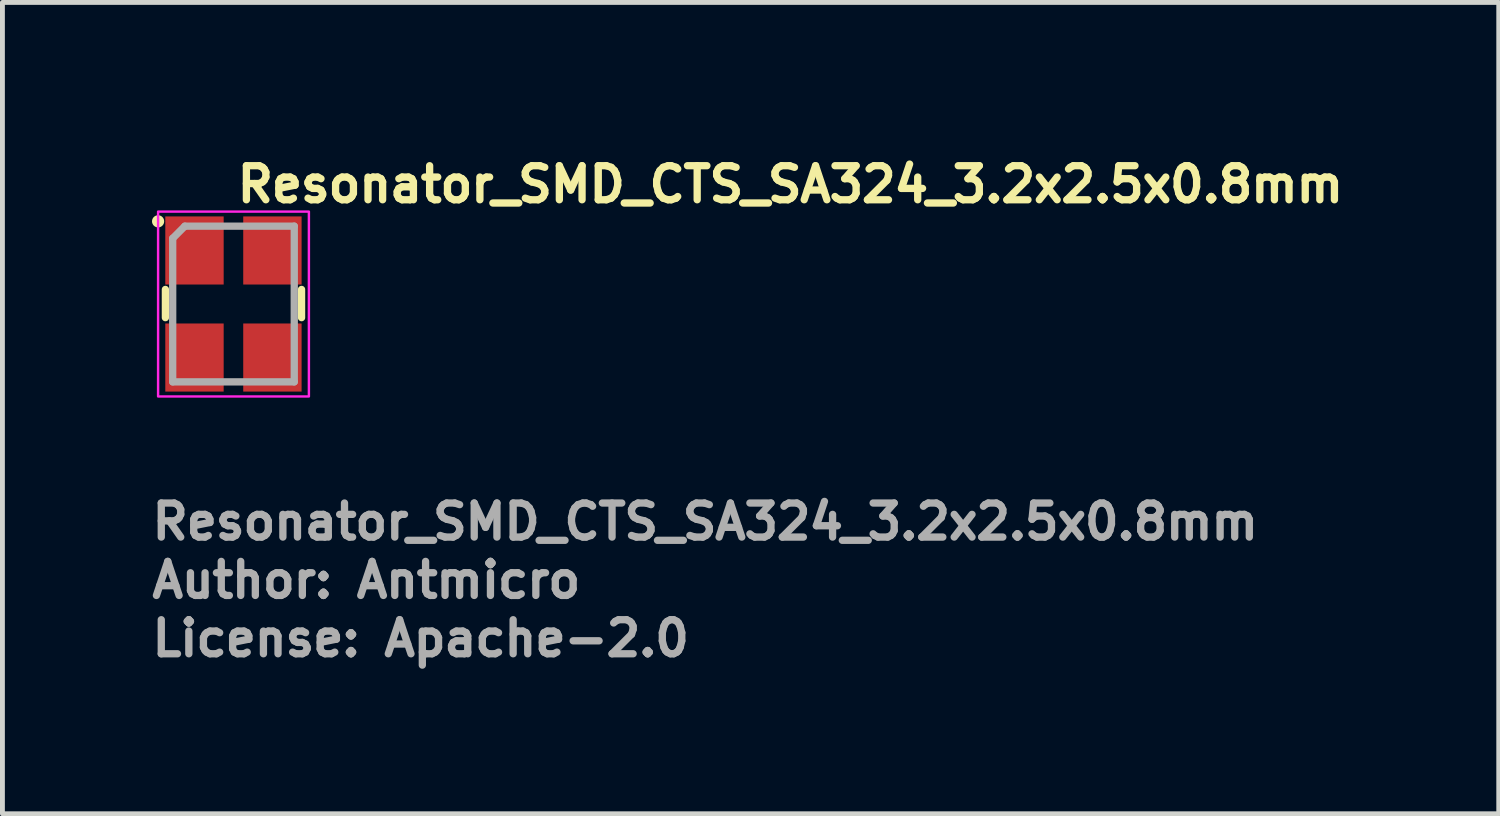
<source format=kicad_pcb>
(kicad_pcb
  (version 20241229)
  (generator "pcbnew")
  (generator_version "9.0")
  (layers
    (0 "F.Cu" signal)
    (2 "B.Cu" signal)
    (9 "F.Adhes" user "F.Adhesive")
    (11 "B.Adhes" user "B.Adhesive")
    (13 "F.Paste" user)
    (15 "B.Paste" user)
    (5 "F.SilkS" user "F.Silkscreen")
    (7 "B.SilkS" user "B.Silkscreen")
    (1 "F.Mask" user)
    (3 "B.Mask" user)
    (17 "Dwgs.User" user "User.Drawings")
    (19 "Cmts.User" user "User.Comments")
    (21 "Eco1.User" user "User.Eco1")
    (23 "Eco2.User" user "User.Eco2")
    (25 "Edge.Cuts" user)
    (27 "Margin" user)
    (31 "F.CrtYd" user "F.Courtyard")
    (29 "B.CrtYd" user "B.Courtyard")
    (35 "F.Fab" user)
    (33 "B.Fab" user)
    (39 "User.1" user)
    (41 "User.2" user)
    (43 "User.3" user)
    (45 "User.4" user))
  (footprint "Resonator_SMD_CTS_SA324_3.2x2.5x0.8mm"
    (layer "F.Cu")
    (at 1.75 3.2)
    (property "Reference" "Resonator_SMD_CTS_SA324_3.2x2.5x0.8mm" (at 0 -2.05 0) (layer "F.SilkS") (effects (font (size 0.7 0.7) (thickness 0.15)) (justify left bottom)))
    (attr smd)
    (fp_line (start -1.4 -0.3) (end -1.4 0.28) (stroke (width 0.15) (type solid)) (layer "F.SilkS"))
    (fp_line (start 1.399 -0.3) (end 1.399 0.28) (stroke (width 0.15) (type solid)) (layer "F.SilkS"))
    (fp_circle (center -1.55 -1.7) (end -1.5 -1.7) (stroke (width 0.15) (type solid)) (fill yes) (layer "F.SilkS"))
    (fp_rect (start -1.55 -1.9) (end 1.55 1.9) (stroke (width 0.05) (type solid)) (fill no) (layer "F.CrtYd"))
    (fp_line (start -1.25 -1.35) (end -1.25 1.6) (stroke (width 0.15) (type solid)) (layer "F.Fab"))
    (fp_line (start -1.25 -1.35) (end -1 -1.601) (stroke (width 0.15) (type solid)) (layer "F.Fab"))
    (fp_line (start -1 -1.601) (end 1.249 -1.601) (stroke (width 0.15) (type solid)) (layer "F.Fab"))
    (fp_line (start 1.249 -1.601) (end 1.249 1.6) (stroke (width 0.15) (type solid)) (layer "F.Fab"))
    (fp_line (start 1.249 1.6) (end -1.25 1.6) (stroke (width 0.15) (type solid)) (layer "F.Fab"))
    (fp_rect (start -1.25 -1.601) (end 1.249 1.6) (stroke (width 0.1) (type solid)) (fill no) (layer "User.5"))
    (fp_line (start -1.25 -1.414) (end -1.25 1.411) (stroke (width 0.02) (type solid)) (layer "User.9"))
    (fp_line (start -1.25 -1.414) (end -1.242 -1.414) (stroke (width 0.02) (type solid)) (layer "User.9"))
    (fp_line (start -1.25 1.411) (end -1.242 1.411) (stroke (width 0.02) (type solid)) (layer "User.9"))
    (fp_line (start -1.242 -1.414) (end -1.232 -1.414) (stroke (width 0.02) (type solid)) (layer "User.9"))
    (fp_line (start -1.242 1.411) (end -1.232 1.413) (stroke (width 0.02) (type solid)) (layer "User.9"))
    (fp_line (start -1.232 -1.414) (end -1.224 -1.416) (stroke (width 0.02) (type solid)) (layer "User.9"))
    (fp_line (start -1.232 1.413) (end -1.224 1.413) (stroke (width 0.02) (type solid)) (layer "User.9"))
    (fp_line (start -1.224 -1.416) (end -1.214 -1.418) (stroke (width 0.02) (type solid)) (layer "User.9"))
    (fp_line (start -1.224 1.413) (end -1.214 1.415) (stroke (width 0.02) (type solid)) (layer "User.9"))
    (fp_line (start -1.214 -1.418) (end -1.206 -1.42) (stroke (width 0.02) (type solid)) (layer "User.9"))
    (fp_line (start -1.214 1.415) (end -1.206 1.417) (stroke (width 0.02) (type solid)) (layer "User.9"))
    (fp_line (start -1.206 -1.42) (end -1.196 -1.422) (stroke (width 0.02) (type solid)) (layer "User.9"))
    (fp_line (start -1.206 1.417) (end -1.196 1.419) (stroke (width 0.02) (type solid)) (layer "User.9"))
    (fp_line (start -1.196 -1.422) (end -1.188 -1.424) (stroke (width 0.02) (type solid)) (layer "User.9"))
    (fp_line (start -1.196 1.419) (end -1.188 1.423) (stroke (width 0.02) (type solid)) (layer "User.9"))
    (fp_line (start -1.188 -1.424) (end -1.18 -1.428) (stroke (width 0.02) (type solid)) (layer "User.9"))
    (fp_line (start -1.188 1.423) (end -1.18 1.425) (stroke (width 0.02) (type solid)) (layer "User.9"))
    (fp_line (start -1.18 -1.428) (end -1.17 -1.432) (stroke (width 0.02) (type solid)) (layer "User.9"))
    (fp_line (start -1.18 1.425) (end -1.17 1.429) (stroke (width 0.02) (type solid)) (layer "User.9"))
    (fp_line (start -1.17 -1.432) (end -1.162 -1.436) (stroke (width 0.02) (type solid)) (layer "User.9"))
    (fp_line (start -1.17 1.429) (end -1.162 1.433) (stroke (width 0.02) (type solid)) (layer "User.9"))
    (fp_line (start -1.162 -1.436) (end -1.154 -1.44) (stroke (width 0.02) (type solid)) (layer "User.9"))
    (fp_line (start -1.162 1.433) (end -1.154 1.439) (stroke (width 0.02) (type solid)) (layer "User.9"))
    (fp_line (start -1.154 -1.44) (end -1.147 -1.446) (stroke (width 0.02) (type solid)) (layer "User.9"))
    (fp_line (start -1.154 1.439) (end -1.147 1.443) (stroke (width 0.02) (type solid)) (layer "User.9"))
    (fp_line (start -1.147 -1.446) (end -1.139 -1.45) (stroke (width 0.02) (type solid)) (layer "User.9"))
    (fp_line (start -1.147 1.443) (end -1.139 1.449) (stroke (width 0.02) (type solid)) (layer "User.9"))
    (fp_line (start -1.139 -1.45) (end -1.133 -1.456) (stroke (width 0.02) (type solid)) (layer "User.9"))
    (fp_line (start -1.139 1.449) (end -1.133 1.453) (stroke (width 0.02) (type solid)) (layer "User.9"))
    (fp_line (start -1.133 -1.456) (end -1.125 -1.462) (stroke (width 0.02) (type solid)) (layer "User.9"))
    (fp_line (start -1.133 1.453) (end -1.125 1.461) (stroke (width 0.02) (type solid)) (layer "User.9"))
    (fp_line (start -1.125 -1.462) (end -1.119 -1.468) (stroke (width 0.02) (type solid)) (layer "User.9"))
    (fp_line (start -1.125 -1.307) (end -1.123 -1.317) (stroke (width 0.02) (type solid)) (layer "User.9"))
    (fp_line (start -1.125 -1.297) (end -1.125 -1.307) (stroke (width 0.02) (type solid)) (layer "User.9"))
    (fp_line (start -1.125 -1.289) (end -1.125 -1.297) (stroke (width 0.02) (type solid)) (layer "User.9"))
    (fp_line (start -1.125 1.286) (end -1.125 -1.289) (stroke (width 0.02) (type solid)) (layer "User.9"))
    (fp_line (start -1.125 1.296) (end -1.125 1.286) (stroke (width 0.02) (type solid)) (layer "User.9"))
    (fp_line (start -1.125 1.306) (end -1.125 1.296) (stroke (width 0.02) (type solid)) (layer "User.9"))
    (fp_line (start -1.125 1.461) (end -1.119 1.467) (stroke (width 0.02) (type solid)) (layer "User.9"))
    (fp_line (start -1.123 -1.325) (end -1.121 -1.335) (stroke (width 0.02) (type solid)) (layer "User.9"))
    (fp_line (start -1.123 -1.317) (end -1.123 -1.325) (stroke (width 0.02) (type solid)) (layer "User.9"))
    (fp_line (start -1.123 1.314) (end -1.125 1.306) (stroke (width 0.02) (type solid)) (layer "User.9"))
    (fp_line (start -1.123 1.324) (end -1.123 1.314) (stroke (width 0.02) (type solid)) (layer "User.9"))
    (fp_line (start -1.121 -1.335) (end -1.117 -1.343) (stroke (width 0.02) (type solid)) (layer "User.9"))
    (fp_line (start -1.121 1.332) (end -1.123 1.324) (stroke (width 0.02) (type solid)) (layer "User.9"))
    (fp_line (start -1.119 -1.468) (end -1.119 -1.468) (stroke (width 0.02) (type solid)) (layer "User.9"))
    (fp_line (start -1.119 -1.468) (end -1.113 -1.476) (stroke (width 0.02) (type solid)) (layer "User.9"))
    (fp_line (start -1.119 1.467) (end -1.119 1.467) (stroke (width 0.02) (type solid)) (layer "User.9"))
    (fp_line (start -1.119 1.467) (end -1.113 1.473) (stroke (width 0.02) (type solid)) (layer "User.9"))
    (fp_line (start -1.117 -1.343) (end -1.115 -1.351) (stroke (width 0.02) (type solid)) (layer "User.9"))
    (fp_line (start -1.117 1.342) (end -1.121 1.332) (stroke (width 0.02) (type solid)) (layer "User.9"))
    (fp_line (start -1.115 -1.351) (end -1.111 -1.361) (stroke (width 0.02) (type solid)) (layer "User.9"))
    (fp_line (start -1.115 1.35) (end -1.117 1.342) (stroke (width 0.02) (type solid)) (layer "User.9"))
    (fp_line (start -1.113 -1.476) (end -1.105 -1.482) (stroke (width 0.02) (type solid)) (layer "User.9"))
    (fp_line (start -1.113 1.473) (end -1.105 1.481) (stroke (width 0.02) (type solid)) (layer "User.9"))
    (fp_line (start -1.111 -1.361) (end -1.109 -1.369) (stroke (width 0.02) (type solid)) (layer "User.9"))
    (fp_line (start -1.111 1.358) (end -1.115 1.35) (stroke (width 0.02) (type solid)) (layer "User.9"))
    (fp_line (start -1.109 -1.369) (end -1.103 -1.377) (stroke (width 0.02) (type solid)) (layer "User.9"))
    (fp_line (start -1.109 1.366) (end -1.111 1.358) (stroke (width 0.02) (type solid)) (layer "User.9"))
    (fp_line (start -1.105 -1.482) (end -1.101 -1.49) (stroke (width 0.02) (type solid)) (layer "User.9"))
    (fp_line (start -1.105 1.481) (end -1.101 1.487) (stroke (width 0.02) (type solid)) (layer "User.9"))
    (fp_line (start -1.103 -1.377) (end -1.099 -1.385) (stroke (width 0.02) (type solid)) (layer "User.9"))
    (fp_line (start -1.103 1.374) (end -1.109 1.366) (stroke (width 0.02) (type solid)) (layer "User.9"))
    (fp_line (start -1.101 -1.49) (end -1.095 -1.496) (stroke (width 0.02) (type solid)) (layer "User.9"))
    (fp_line (start -1.101 1.487) (end -1.095 1.495) (stroke (width 0.02) (type solid)) (layer "User.9"))
    (fp_line (start -1.099 -1.385) (end -1.095 -1.393) (stroke (width 0.02) (type solid)) (layer "User.9"))
    (fp_line (start -1.099 1.382) (end -1.103 1.374) (stroke (width 0.02) (type solid)) (layer "User.9"))
    (fp_line (start -1.095 -1.496) (end -1.091 -1.504) (stroke (width 0.02) (type solid)) (layer "User.9"))
    (fp_line (start -1.095 -1.393) (end -1.089 -1.401) (stroke (width 0.02) (type solid)) (layer "User.9"))
    (fp_line (start -1.095 1.39) (end -1.099 1.382) (stroke (width 0.02) (type solid)) (layer "User.9"))
    (fp_line (start -1.095 1.495) (end -1.091 1.503) (stroke (width 0.02) (type solid)) (layer "User.9"))
    (fp_line (start -1.091 -1.504) (end -1.085 -1.512) (stroke (width 0.02) (type solid)) (layer "User.9"))
    (fp_line (start -1.091 1.503) (end -1.085 1.511) (stroke (width 0.02) (type solid)) (layer "User.9"))
    (fp_line (start -1.089 -1.401) (end -1.083 -1.407) (stroke (width 0.02) (type solid)) (layer "User.9"))
    (fp_line (start -1.089 1.398) (end -1.095 1.39) (stroke (width 0.02) (type solid)) (layer "User.9"))
    (fp_line (start -1.085 -1.512) (end -1.081 -1.52) (stroke (width 0.02) (type solid)) (layer "User.9"))
    (fp_line (start -1.085 1.511) (end -1.081 1.519) (stroke (width 0.02) (type solid)) (layer "User.9"))
    (fp_line (start -1.083 -1.407) (end -1.077 -1.414) (stroke (width 0.02) (type solid)) (layer "User.9"))
    (fp_line (start -1.083 1.406) (end -1.089 1.398) (stroke (width 0.02) (type solid)) (layer "User.9"))
    (fp_line (start -1.081 -1.52) (end -1.077 -1.53) (stroke (width 0.02) (type solid)) (layer "User.9"))
    (fp_line (start -1.081 1.519) (end -1.077 1.527) (stroke (width 0.02) (type solid)) (layer "User.9"))
    (fp_line (start -1.077 -1.53) (end -1.075 -1.537) (stroke (width 0.02) (type solid)) (layer "User.9"))
    (fp_line (start -1.077 -1.414) (end -1.071 -1.422) (stroke (width 0.02) (type solid)) (layer "User.9"))
    (fp_line (start -1.077 1.413) (end -1.083 1.406) (stroke (width 0.02) (type solid)) (layer "User.9"))
    (fp_line (start -1.077 1.527) (end -1.075 1.536) (stroke (width 0.02) (type solid)) (layer "User.9"))
    (fp_line (start -1.075 -1.537) (end -1.071 -1.547) (stroke (width 0.02) (type solid)) (layer "User.9"))
    (fp_line (start -1.075 1.536) (end -1.071 1.544) (stroke (width 0.02) (type solid)) (layer "User.9"))
    (fp_line (start -1.071 -1.547) (end -1.069 -1.555) (stroke (width 0.02) (type solid)) (layer "User.9"))
    (fp_line (start -1.071 -1.422) (end -1.071 -1.422) (stroke (width 0.02) (type solid)) (layer "User.9"))
    (fp_line (start -1.071 -1.422) (end -1.065 -1.428) (stroke (width 0.02) (type solid)) (layer "User.9"))
    (fp_line (start -1.071 1.419) (end -1.077 1.413) (stroke (width 0.02) (type solid)) (layer "User.9"))
    (fp_line (start -1.071 1.419) (end -1.071 1.419) (stroke (width 0.02) (type solid)) (layer "User.9"))
    (fp_line (start -1.071 1.544) (end -1.069 1.554) (stroke (width 0.02) (type solid)) (layer "User.9"))
    (fp_line (start -1.069 -1.555) (end -1.067 -1.565) (stroke (width 0.02) (type solid)) (layer "User.9"))
    (fp_line (start -1.069 1.554) (end -1.067 1.562) (stroke (width 0.02) (type solid)) (layer "User.9"))
    (fp_line (start -1.067 -1.565) (end -1.065 -1.573) (stroke (width 0.02) (type solid)) (layer "User.9"))
    (fp_line (start -1.067 1.562) (end -1.065 1.572) (stroke (width 0.02) (type solid)) (layer "User.9"))
    (fp_line (start -1.065 -1.583) (end -1.063 -1.591) (stroke (width 0.02) (type solid)) (layer "User.9"))
    (fp_line (start -1.065 -1.573) (end -1.065 -1.583) (stroke (width 0.02) (type solid)) (layer "User.9"))
    (fp_line (start -1.065 -1.428) (end -1.057 -1.434) (stroke (width 0.02) (type solid)) (layer "User.9"))
    (fp_line (start -1.065 1.425) (end -1.071 1.419) (stroke (width 0.02) (type solid)) (layer "User.9"))
    (fp_line (start -1.065 1.572) (end -1.065 1.58) (stroke (width 0.02) (type solid)) (layer "User.9"))
    (fp_line (start -1.065 1.58) (end -1.063 1.59) (stroke (width 0.02) (type solid)) (layer "User.9"))
    (fp_line (start -1.063 -1.591) (end -1.063 -1.601) (stroke (width 0.02) (type solid)) (layer "User.9"))
    (fp_line (start -1.063 -1.307) (end -1.061 -1.313) (stroke (width 0.02) (type solid)) (layer "User.9"))
    (fp_line (start -1.063 -1.301) (end -1.063 -1.307) (stroke (width 0.02) (type solid)) (layer "User.9"))
    (fp_line (start -1.063 -1.295) (end -1.063 -1.301) (stroke (width 0.02) (type solid)) (layer "User.9"))
    (fp_line (start -1.063 -1.289) (end -1.063 -1.295) (stroke (width 0.02) (type solid)) (layer "User.9"))
    (fp_line (start -1.063 1.286) (end -1.063 -1.289) (stroke (width 0.02) (type solid)) (layer "User.9"))
    (fp_line (start -1.063 1.292) (end -1.063 1.286) (stroke (width 0.02) (type solid)) (layer "User.9"))
    (fp_line (start -1.063 1.298) (end -1.063 1.292) (stroke (width 0.02) (type solid)) (layer "User.9"))
    (fp_line (start -1.063 1.304) (end -1.063 1.298) (stroke (width 0.02) (type solid)) (layer "User.9"))
    (fp_line (start -1.063 1.59) (end -1.063 1.6) (stroke (width 0.02) (type solid)) (layer "User.9"))
    (fp_line (start -1.063 1.6) (end 1.062 1.6) (stroke (width 0.02) (type solid)) (layer "User.9"))
    (fp_line (start -1.061 -1.313) (end -1.059 -1.319) (stroke (width 0.02) (type solid)) (layer "User.9"))
    (fp_line (start -1.061 1.312) (end -1.063 1.304) (stroke (width 0.02) (type solid)) (layer "User.9"))
    (fp_line (start -1.059 -1.325) (end -1.057 -1.331) (stroke (width 0.02) (type solid)) (layer "User.9"))
    (fp_line (start -1.059 -1.319) (end -1.059 -1.325) (stroke (width 0.02) (type solid)) (layer "User.9"))
    (fp_line (start -1.059 1.316) (end -1.061 1.312) (stroke (width 0.02) (type solid)) (layer "User.9"))
    (fp_line (start -1.059 1.322) (end -1.059 1.316) (stroke (width 0.02) (type solid)) (layer "User.9"))
    (fp_line (start -1.057 -1.434) (end -1.051 -1.44) (stroke (width 0.02) (type solid)) (layer "User.9"))
    (fp_line (start -1.057 -1.331) (end -1.053 -1.337) (stroke (width 0.02) (type solid)) (layer "User.9"))
    (fp_line (start -1.057 1.328) (end -1.059 1.322) (stroke (width 0.02) (type solid)) (layer "User.9"))
    (fp_line (start -1.057 1.431) (end -1.065 1.425) (stroke (width 0.02) (type solid)) (layer "User.9"))
    (fp_line (start -1.053 -1.337) (end -1.051 -1.341) (stroke (width 0.02) (type solid)) (layer "User.9"))
    (fp_line (start -1.053 1.334) (end -1.057 1.328) (stroke (width 0.02) (type solid)) (layer "User.9"))
    (fp_line (start -1.051 -1.44) (end -1.043 -1.444) (stroke (width 0.02) (type solid)) (layer "User.9"))
    (fp_line (start -1.051 -1.341) (end -1.049 -1.347) (stroke (width 0.02) (type solid)) (layer "User.9"))
    (fp_line (start -1.051 1.34) (end -1.053 1.334) (stroke (width 0.02) (type solid)) (layer "User.9"))
    (fp_line (start -1.051 1.437) (end -1.057 1.431) (stroke (width 0.02) (type solid)) (layer "User.9"))
    (fp_line (start -1.049 -1.347) (end -1.045 -1.353) (stroke (width 0.02) (type solid)) (layer "User.9"))
    (fp_line (start -1.049 1.346) (end -1.051 1.34) (stroke (width 0.02) (type solid)) (layer "User.9"))
    (fp_line (start -1.045 -1.353) (end -1.043 -1.357) (stroke (width 0.02) (type solid)) (layer "User.9"))
    (fp_line (start -1.045 1.35) (end -1.049 1.346) (stroke (width 0.02) (type solid)) (layer "User.9"))
    (fp_line (start -1.043 -1.444) (end -1.035 -1.45) (stroke (width 0.02) (type solid)) (layer "User.9"))
    (fp_line (start -1.043 -1.357) (end -1.039 -1.363) (stroke (width 0.02) (type solid)) (layer "User.9"))
    (fp_line (start -1.043 1.356) (end -1.045 1.35) (stroke (width 0.02) (type solid)) (layer "User.9"))
    (fp_line (start -1.043 1.443) (end -1.051 1.437) (stroke (width 0.02) (type solid)) (layer "User.9"))
    (fp_line (start -1.039 -1.363) (end -1.035 -1.367) (stroke (width 0.02) (type solid)) (layer "User.9"))
    (fp_line (start -1.039 1.36) (end -1.043 1.356) (stroke (width 0.02) (type solid)) (layer "User.9"))
    (fp_line (start -1.035 -1.45) (end -1.027 -1.454) (stroke (width 0.02) (type solid)) (layer "User.9"))
    (fp_line (start -1.035 -1.367) (end -1.031 -1.373) (stroke (width 0.02) (type solid)) (layer "User.9"))
    (fp_line (start -1.035 1.366) (end -1.039 1.36) (stroke (width 0.02) (type solid)) (layer "User.9"))
    (fp_line (start -1.035 1.447) (end -1.043 1.443) (stroke (width 0.02) (type solid)) (layer "User.9"))
    (fp_line (start -1.031 -1.373) (end -1.027 -1.377) (stroke (width 0.02) (type solid)) (layer "User.9"))
    (fp_line (start -1.031 1.37) (end -1.035 1.366) (stroke (width 0.02) (type solid)) (layer "User.9"))
    (fp_line (start -1.027 -1.454) (end -1.018 -1.458) (stroke (width 0.02) (type solid)) (layer "User.9"))
    (fp_line (start -1.027 -1.377) (end -1.027 -1.377) (stroke (width 0.02) (type solid)) (layer "User.9"))
    (fp_line (start -1.027 -1.377) (end -1.022 -1.381) (stroke (width 0.02) (type solid)) (layer "User.9"))
    (fp_line (start -1.027 1.374) (end -1.031 1.37) (stroke (width 0.02) (type solid)) (layer "User.9"))
    (fp_line (start -1.027 1.374) (end -1.027 1.374) (stroke (width 0.02) (type solid)) (layer "User.9"))
    (fp_line (start -1.027 1.451) (end -1.035 1.447) (stroke (width 0.02) (type solid)) (layer "User.9"))
    (fp_line (start -1.022 -1.381) (end -1.018 -1.385) (stroke (width 0.02) (type solid)) (layer "User.9"))
    (fp_line (start -1.022 1.38) (end -1.027 1.374) (stroke (width 0.02) (type solid)) (layer "User.9"))
    (fp_line (start -1.018 -1.458) (end -1.01 -1.462) (stroke (width 0.02) (type solid)) (layer "User.9"))
    (fp_line (start -1.018 -1.385) (end -1.012 -1.389) (stroke (width 0.02) (type solid)) (layer "User.9"))
    (fp_line (start -1.018 1.384) (end -1.022 1.38) (stroke (width 0.02) (type solid)) (layer "User.9"))
    (fp_line (start -1.018 1.457) (end -1.027 1.451) (stroke (width 0.02) (type solid)) (layer "User.9"))
    (fp_line (start -1.012 -1.389) (end -1.008 -1.393) (stroke (width 0.02) (type solid)) (layer "User.9"))
    (fp_line (start -1.012 1.386) (end -1.018 1.384) (stroke (width 0.02) (type solid)) (layer "User.9"))
    (fp_line (start -1.01 -1.462) (end -1.002 -1.466) (stroke (width 0.02) (type solid)) (layer "User.9"))
    (fp_line (start -1.01 1.459) (end -1.018 1.457) (stroke (width 0.02) (type solid)) (layer "User.9"))
    (fp_line (start -1.008 -1.393) (end -1.002 -1.395) (stroke (width 0.02) (type solid)) (layer "User.9"))
    (fp_line (start -1.008 1.39) (end -1.012 1.386) (stroke (width 0.02) (type solid)) (layer "User.9"))
    (fp_line (start -1.002 -1.466) (end -0.993 -1.468) (stroke (width 0.02) (type solid)) (layer "User.9"))
    (fp_line (start -1.002 -1.395) (end -0.997 -1.399) (stroke (width 0.02) (type solid)) (layer "User.9"))
    (fp_line (start -1.002 1.394) (end -1.008 1.39) (stroke (width 0.02) (type solid)) (layer "User.9"))
    (fp_line (start -1.002 1.463) (end -1.01 1.459) (stroke (width 0.02) (type solid)) (layer "User.9"))
    (fp_line (start -0.997 -1.399) (end -0.991 -1.401) (stroke (width 0.02) (type solid)) (layer "User.9"))
    (fp_line (start -0.997 1.396) (end -1.002 1.394) (stroke (width 0.02) (type solid)) (layer "User.9"))
    (fp_line (start -0.993 -1.468) (end -0.984 -1.47) (stroke (width 0.02) (type solid)) (layer "User.9"))
    (fp_line (start -0.993 1.465) (end -1.002 1.463) (stroke (width 0.02) (type solid)) (layer "User.9"))
    (fp_line (start -0.991 -1.401) (end -0.986 -1.403) (stroke (width 0.02) (type solid)) (layer "User.9"))
    (fp_line (start -0.991 1.4) (end -0.997 1.396) (stroke (width 0.02) (type solid)) (layer "User.9"))
    (fp_line (start -0.986 -1.403) (end -0.98 -1.407) (stroke (width 0.02) (type solid)) (layer "User.9"))
    (fp_line (start -0.986 1.402) (end -0.991 1.4) (stroke (width 0.02) (type solid)) (layer "User.9"))
    (fp_line (start -0.984 -1.47) (end -0.975 -1.472) (stroke (width 0.02) (type solid)) (layer "User.9"))
    (fp_line (start -0.984 1.469) (end -0.993 1.465) (stroke (width 0.02) (type solid)) (layer "User.9"))
    (fp_line (start -0.98 -1.407) (end -0.974 -1.408) (stroke (width 0.02) (type solid)) (layer "User.9"))
    (fp_line (start -0.98 1.404) (end -0.986 1.402) (stroke (width 0.02) (type solid)) (layer "User.9"))
    (fp_line (start -0.975 -1.472) (end -0.966 -1.474) (stroke (width 0.02) (type solid)) (layer "User.9"))
    (fp_line (start -0.975 1.471) (end -0.984 1.469) (stroke (width 0.02) (type solid)) (layer "User.9"))
    (fp_line (start -0.974 -1.408) (end -0.968 -1.41) (stroke (width 0.02) (type solid)) (layer "User.9"))
    (fp_line (start -0.974 1.406) (end -0.98 1.404) (stroke (width 0.02) (type solid)) (layer "User.9"))
    (fp_line (start -0.968 -1.41) (end -0.962 -1.412) (stroke (width 0.02) (type solid)) (layer "User.9"))
    (fp_line (start -0.968 1.407) (end -0.974 1.406) (stroke (width 0.02) (type solid)) (layer "User.9"))
    (fp_line (start -0.966 -1.474) (end -0.958 -1.476) (stroke (width 0.02) (type solid)) (layer "User.9"))
    (fp_line (start -0.966 1.471) (end -0.975 1.471) (stroke (width 0.02) (type solid)) (layer "User.9"))
    (fp_line (start -0.962 -1.412) (end -0.957 -1.412) (stroke (width 0.02) (type solid)) (layer "User.9"))
    (fp_line (start -0.962 1.409) (end -0.968 1.407) (stroke (width 0.02) (type solid)) (layer "User.9"))
    (fp_line (start -0.958 -1.476) (end -0.948 -1.476) (stroke (width 0.02) (type solid)) (layer "User.9"))
    (fp_line (start -0.958 1.473) (end -0.966 1.471) (stroke (width 0.02) (type solid)) (layer "User.9"))
    (fp_line (start -0.957 -1.412) (end -0.951 -1.412) (stroke (width 0.02) (type solid)) (layer "User.9"))
    (fp_line (start -0.957 1.411) (end -0.962 1.409) (stroke (width 0.02) (type solid)) (layer "User.9"))
    (fp_line (start -0.951 -1.412) (end -0.945 -1.414) (stroke (width 0.02) (type solid)) (layer "User.9"))
    (fp_line (start -0.951 1.411) (end -0.957 1.411) (stroke (width 0.02) (type solid)) (layer "User.9"))
    (fp_line (start -0.948 -1.476) (end -0.939 -1.476) (stroke (width 0.02) (type solid)) (layer "User.9"))
    (fp_line (start -0.948 1.473) (end -0.958 1.473) (stroke (width 0.02) (type solid)) (layer "User.9"))
    (fp_line (start -0.945 -1.414) (end -0.939 -1.414) (stroke (width 0.02) (type solid)) (layer "User.9"))
    (fp_line (start -0.945 1.411) (end -0.951 1.411) (stroke (width 0.02) (type solid)) (layer "User.9"))
    (fp_line (start -0.939 -1.476) (end 0.937 -1.476) (stroke (width 0.02) (type solid)) (layer "User.9"))
    (fp_line (start -0.939 -1.414) (end 0.937 -1.414) (stroke (width 0.02) (type solid)) (layer "User.9"))
    (fp_line (start -0.939 -1.244) (end -0.939 -1.242) (stroke (width 0.02) (type solid)) (layer "User.9"))
    (fp_line (start -0.939 -1.244) (end -0.939 -1.242) (stroke (width 0.02) (type solid)) (layer "User.9"))
    (fp_line (start -0.939 -1.242) (end -0.939 -1.238) (stroke (width 0.02) (type solid)) (layer "User.9"))
    (fp_line (start -0.939 -1.242) (end -0.939 -1.238) (stroke (width 0.02) (type solid)) (layer "User.9"))
    (fp_line (start -0.939 -1.238) (end -0.939 -1.236) (stroke (width 0.02) (type solid)) (layer "User.9"))
    (fp_line (start -0.939 -1.238) (end -0.939 -1.236) (stroke (width 0.02) (type solid)) (layer "User.9"))
    (fp_line (start -0.939 -1.236) (end -0.939 -1.232) (stroke (width 0.02) (type solid)) (layer "User.9"))
    (fp_line (start -0.939 -1.236) (end -0.939 -1.232) (stroke (width 0.02) (type solid)) (layer "User.9"))
    (fp_line (start -0.939 -1.232) (end -0.938 -1.228) (stroke (width 0.02) (type solid)) (layer "User.9"))
    (fp_line (start -0.939 -1.232) (end -0.938 -1.228) (stroke (width 0.02) (type solid)) (layer "User.9"))
    (fp_line (start -0.939 1.411) (end -0.945 1.411) (stroke (width 0.02) (type solid)) (layer "User.9"))
    (fp_line (start -0.939 1.475) (end -0.948 1.473) (stroke (width 0.02) (type solid)) (layer "User.9"))
    (fp_line (start -0.938 -1.248) (end -0.939 -1.244) (stroke (width 0.02) (type solid)) (layer "User.9"))
    (fp_line (start -0.938 -1.248) (end -0.939 -1.244) (stroke (width 0.02) (type solid)) (layer "User.9"))
    (fp_line (start -0.938 -1.228) (end -0.937 -1.226) (stroke (width 0.02) (type solid)) (layer "User.9"))
    (fp_line (start -0.938 -1.228) (end -0.937 -1.226) (stroke (width 0.02) (type solid)) (layer "User.9"))
    (fp_line (start -0.937 -1.252) (end -0.938 -1.248) (stroke (width 0.02) (type solid)) (layer "User.9"))
    (fp_line (start -0.937 -1.252) (end -0.938 -1.248) (stroke (width 0.02) (type solid)) (layer "User.9"))
    (fp_line (start -0.937 -1.226) (end -0.936 -1.222) (stroke (width 0.02) (type solid)) (layer "User.9"))
    (fp_line (start -0.937 -1.226) (end -0.936 -1.222) (stroke (width 0.02) (type solid)) (layer "User.9"))
    (fp_line (start -0.936 -1.254) (end -0.937 -1.252) (stroke (width 0.02) (type solid)) (layer "User.9"))
    (fp_line (start -0.936 -1.254) (end -0.937 -1.252) (stroke (width 0.02) (type solid)) (layer "User.9"))
    (fp_line (start -0.936 -1.222) (end -0.935 -1.22) (stroke (width 0.02) (type solid)) (layer "User.9"))
    (fp_line (start -0.936 -1.222) (end -0.935 -1.22) (stroke (width 0.02) (type solid)) (layer "User.9"))
    (fp_line (start -0.935 -1.258) (end -0.936 -1.254) (stroke (width 0.02) (type solid)) (layer "User.9"))
    (fp_line (start -0.935 -1.258) (end -0.936 -1.254) (stroke (width 0.02) (type solid)) (layer "User.9"))
    (fp_line (start -0.935 -1.22) (end -0.934 -1.216) (stroke (width 0.02) (type solid)) (layer "User.9"))
    (fp_line (start -0.935 -1.22) (end -0.934 -1.216) (stroke (width 0.02) (type solid)) (layer "User.9"))
    (fp_line (start -0.934 -1.26) (end -0.935 -1.258) (stroke (width 0.02) (type solid)) (layer "User.9"))
    (fp_line (start -0.934 -1.26) (end -0.935 -1.258) (stroke (width 0.02) (type solid)) (layer "User.9"))
    (fp_line (start -0.934 -1.216) (end -0.932 -1.214) (stroke (width 0.02) (type solid)) (layer "User.9"))
    (fp_line (start -0.934 -1.216) (end -0.932 -1.214) (stroke (width 0.02) (type solid)) (layer "User.9"))
    (fp_line (start -0.932 -1.264) (end -0.934 -1.26) (stroke (width 0.02) (type solid)) (layer "User.9"))
    (fp_line (start -0.932 -1.264) (end -0.934 -1.26) (stroke (width 0.02) (type solid)) (layer "User.9"))
    (fp_line (start -0.932 -1.264) (end -0.932 -1.264) (stroke (width 0.02) (type solid)) (layer "User.9"))
    (fp_line (start -0.932 -1.264) (end -0.932 -1.264) (stroke (width 0.02) (type solid)) (layer "User.9"))
    (fp_line (start -0.932 -1.214) (end -0.932 -1.214) (stroke (width 0.02) (type solid)) (layer "User.9"))
    (fp_line (start -0.932 -1.214) (end -0.932 -1.214) (stroke (width 0.02) (type solid)) (layer "User.9"))
    (fp_line (start -0.932 -1.214) (end -0.931 -1.212) (stroke (width 0.02) (type solid)) (layer "User.9"))
    (fp_line (start -0.932 -1.214) (end -0.931 -1.212) (stroke (width 0.02) (type solid)) (layer "User.9"))
    (fp_line (start -0.931 -1.266) (end -0.932 -1.264) (stroke (width 0.02) (type solid)) (layer "User.9"))
    (fp_line (start -0.931 -1.266) (end -0.932 -1.264) (stroke (width 0.02) (type solid)) (layer "User.9"))
    (fp_line (start -0.931 -1.212) (end -0.931 -1.21) (stroke (width 0.02) (type solid)) (layer "User.9"))
    (fp_line (start -0.931 -1.212) (end -0.931 -1.21) (stroke (width 0.02) (type solid)) (layer "User.9"))
    (fp_line (start -0.931 -1.21) (end -0.93 -1.21) (stroke (width 0.02) (type solid)) (layer "User.9"))
    (fp_line (start -0.931 -1.21) (end -0.93 -1.21) (stroke (width 0.02) (type solid)) (layer "User.9"))
    (fp_line (start -0.93 -1.21) (end -0.929 -1.208) (stroke (width 0.02) (type solid)) (layer "User.9"))
    (fp_line (start -0.93 -1.21) (end -0.929 -1.208) (stroke (width 0.02) (type solid)) (layer "User.9"))
    (fp_line (start -0.929 -1.27) (end -0.931 -1.266) (stroke (width 0.02) (type solid)) (layer "User.9"))
    (fp_line (start -0.929 -1.27) (end -0.931 -1.266) (stroke (width 0.02) (type solid)) (layer "User.9"))
    (fp_line (start -0.929 -1.208) (end -0.928 -1.206) (stroke (width 0.02) (type solid)) (layer "User.9"))
    (fp_line (start -0.929 -1.208) (end -0.928 -1.206) (stroke (width 0.02) (type solid)) (layer "User.9"))
    (fp_line (start -0.928 -1.206) (end -0.927 -1.206) (stroke (width 0.02) (type solid)) (layer "User.9"))
    (fp_line (start -0.928 -1.206) (end -0.927 -1.206) (stroke (width 0.02) (type solid)) (layer "User.9"))
    (fp_line (start -0.927 -1.272) (end -0.929 -1.27) (stroke (width 0.02) (type solid)) (layer "User.9"))
    (fp_line (start -0.927 -1.272) (end -0.929 -1.27) (stroke (width 0.02) (type solid)) (layer "User.9"))
    (fp_line (start -0.927 -1.206) (end -0.925 -1.204) (stroke (width 0.02) (type solid)) (layer "User.9"))
    (fp_line (start -0.927 -1.206) (end -0.925 -1.204) (stroke (width 0.02) (type solid)) (layer "User.9"))
    (fp_line (start -0.925 -1.204) (end -0.924 -1.204) (stroke (width 0.02) (type solid)) (layer "User.9"))
    (fp_line (start -0.925 -1.204) (end -0.924 -1.204) (stroke (width 0.02) (type solid)) (layer "User.9"))
    (fp_line (start -0.924 -1.274) (end -0.927 -1.272) (stroke (width 0.02) (type solid)) (layer "User.9"))
    (fp_line (start -0.924 -1.274) (end -0.927 -1.272) (stroke (width 0.02) (type solid)) (layer "User.9"))
    (fp_line (start -0.924 -1.204) (end -0.923 -1.202) (stroke (width 0.02) (type solid)) (layer "User.9"))
    (fp_line (start -0.924 -1.204) (end -0.923 -1.202) (stroke (width 0.02) (type solid)) (layer "User.9"))
    (fp_line (start -0.923 -1.202) (end -0.922 -1.2) (stroke (width 0.02) (type solid)) (layer "User.9"))
    (fp_line (start -0.923 -1.202) (end -0.922 -1.2) (stroke (width 0.02) (type solid)) (layer "User.9"))
    (fp_line (start -0.922 -1.276) (end -0.924 -1.274) (stroke (width 0.02) (type solid)) (layer "User.9"))
    (fp_line (start -0.922 -1.276) (end -0.924 -1.274) (stroke (width 0.02) (type solid)) (layer "User.9"))
    (fp_line (start -0.922 -1.2) (end -0.921 -1.2) (stroke (width 0.02) (type solid)) (layer "User.9"))
    (fp_line (start -0.922 -1.2) (end -0.921 -1.2) (stroke (width 0.02) (type solid)) (layer "User.9"))
    (fp_line (start -0.921 -1.2) (end -0.919 -1.198) (stroke (width 0.02) (type solid)) (layer "User.9"))
    (fp_line (start -0.921 -1.2) (end -0.919 -1.198) (stroke (width 0.02) (type solid)) (layer "User.9"))
    (fp_line (start -0.919 -1.278) (end -0.922 -1.276) (stroke (width 0.02) (type solid)) (layer "User.9"))
    (fp_line (start -0.919 -1.278) (end -0.922 -1.276) (stroke (width 0.02) (type solid)) (layer "User.9"))
    (fp_line (start -0.919 -1.198) (end -0.918 -1.198) (stroke (width 0.02) (type solid)) (layer "User.9"))
    (fp_line (start -0.919 -1.198) (end -0.918 -1.198) (stroke (width 0.02) (type solid)) (layer "User.9"))
    (fp_line (start -0.918 -1.198) (end -0.917 -1.196) (stroke (width 0.02) (type solid)) (layer "User.9"))
    (fp_line (start -0.918 -1.198) (end -0.917 -1.196) (stroke (width 0.02) (type solid)) (layer "User.9"))
    (fp_line (start -0.917 -1.28) (end -0.919 -1.278) (stroke (width 0.02) (type solid)) (layer "User.9"))
    (fp_line (start -0.917 -1.28) (end -0.919 -1.278) (stroke (width 0.02) (type solid)) (layer "User.9"))
    (fp_line (start -0.917 -1.196) (end -0.915 -1.196) (stroke (width 0.02) (type solid)) (layer "User.9"))
    (fp_line (start -0.917 -1.196) (end -0.915 -1.196) (stroke (width 0.02) (type solid)) (layer "User.9"))
    (fp_line (start -0.915 -1.196) (end -0.914 -1.196) (stroke (width 0.02) (type solid)) (layer "User.9"))
    (fp_line (start -0.915 -1.196) (end -0.914 -1.196) (stroke (width 0.02) (type solid)) (layer "User.9"))
    (fp_line (start -0.914 -1.281) (end -0.917 -1.28) (stroke (width 0.02) (type solid)) (layer "User.9"))
    (fp_line (start -0.914 -1.281) (end -0.917 -1.28) (stroke (width 0.02) (type solid)) (layer "User.9"))
    (fp_line (start -0.914 -1.196) (end -0.913 -1.194) (stroke (width 0.02) (type solid)) (layer "User.9"))
    (fp_line (start -0.914 -1.196) (end -0.913 -1.194) (stroke (width 0.02) (type solid)) (layer "User.9"))
    (fp_line (start -0.913 -1.194) (end -0.911 -1.194) (stroke (width 0.02) (type solid)) (layer "User.9"))
    (fp_line (start -0.913 -1.194) (end -0.911 -1.194) (stroke (width 0.02) (type solid)) (layer "User.9"))
    (fp_line (start -0.911 -1.283) (end -0.914 -1.281) (stroke (width 0.02) (type solid)) (layer "User.9"))
    (fp_line (start -0.911 -1.283) (end -0.914 -1.281) (stroke (width 0.02) (type solid)) (layer "User.9"))
    (fp_line (start -0.911 -1.194) (end -0.91 -1.192) (stroke (width 0.02) (type solid)) (layer "User.9"))
    (fp_line (start -0.911 -1.194) (end -0.91 -1.192) (stroke (width 0.02) (type solid)) (layer "User.9"))
    (fp_line (start -0.91 -1.192) (end -0.908 -1.192) (stroke (width 0.02) (type solid)) (layer "User.9"))
    (fp_line (start -0.91 -1.192) (end -0.908 -1.192) (stroke (width 0.02) (type solid)) (layer "User.9"))
    (fp_line (start -0.908 -1.285) (end -0.911 -1.283) (stroke (width 0.02) (type solid)) (layer "User.9"))
    (fp_line (start -0.908 -1.285) (end -0.911 -1.283) (stroke (width 0.02) (type solid)) (layer "User.9"))
    (fp_line (start -0.908 -1.192) (end -0.907 -1.192) (stroke (width 0.02) (type solid)) (layer "User.9"))
    (fp_line (start -0.908 -1.192) (end -0.907 -1.192) (stroke (width 0.02) (type solid)) (layer "User.9"))
    (fp_line (start -0.907 -1.192) (end -0.905 -1.192) (stroke (width 0.02) (type solid)) (layer "User.9"))
    (fp_line (start -0.907 -1.192) (end -0.905 -1.192) (stroke (width 0.02) (type solid)) (layer "User.9"))
    (fp_line (start -0.905 -1.285) (end -0.908 -1.285) (stroke (width 0.02) (type solid)) (layer "User.9"))
    (fp_line (start -0.905 -1.285) (end -0.908 -1.285) (stroke (width 0.02) (type solid)) (layer "User.9"))
    (fp_line (start -0.905 -1.192) (end -0.904 -1.19) (stroke (width 0.02) (type solid)) (layer "User.9"))
    (fp_line (start -0.905 -1.192) (end -0.904 -1.19) (stroke (width 0.02) (type solid)) (layer "User.9"))
    (fp_line (start -0.904 -1.19) (end -0.902 -1.19) (stroke (width 0.02) (type solid)) (layer "User.9"))
    (fp_line (start -0.904 -1.19) (end -0.902 -1.19) (stroke (width 0.02) (type solid)) (layer "User.9"))
    (fp_line (start -0.902 -1.287) (end -0.905 -1.285) (stroke (width 0.02) (type solid)) (layer "User.9"))
    (fp_line (start -0.902 -1.287) (end -0.905 -1.285) (stroke (width 0.02) (type solid)) (layer "User.9"))
    (fp_line (start -0.902 -1.19) (end -0.9 -1.19) (stroke (width 0.02) (type solid)) (layer "User.9"))
    (fp_line (start -0.902 -1.19) (end -0.9 -1.19) (stroke (width 0.02) (type solid)) (layer "User.9"))
    (fp_line (start -0.9 -1.19) (end -0.899 -1.19) (stroke (width 0.02) (type solid)) (layer "User.9"))
    (fp_line (start -0.9 -1.19) (end -0.899 -1.19) (stroke (width 0.02) (type solid)) (layer "User.9"))
    (fp_line (start -0.899 -1.287) (end -0.902 -1.287) (stroke (width 0.02) (type solid)) (layer "User.9"))
    (fp_line (start -0.899 -1.287) (end -0.902 -1.287) (stroke (width 0.02) (type solid)) (layer "User.9"))
    (fp_line (start -0.899 -1.19) (end -0.896 -1.19) (stroke (width 0.02) (type solid)) (layer "User.9"))
    (fp_line (start -0.899 -1.19) (end -0.896 -1.19) (stroke (width 0.02) (type solid)) (layer "User.9"))
    (fp_line (start -0.896 -1.19) (end -0.895 -1.188) (stroke (width 0.02) (type solid)) (layer "User.9"))
    (fp_line (start -0.896 -1.19) (end -0.895 -1.188) (stroke (width 0.02) (type solid)) (layer "User.9"))
    (fp_line (start -0.895 -1.289) (end -0.899 -1.287) (stroke (width 0.02) (type solid)) (layer "User.9"))
    (fp_line (start -0.895 -1.289) (end -0.899 -1.287) (stroke (width 0.02) (type solid)) (layer "User.9"))
    (fp_line (start -0.895 -1.188) (end -0.893 -1.188) (stroke (width 0.02) (type solid)) (layer "User.9"))
    (fp_line (start -0.895 -1.188) (end -0.893 -1.188) (stroke (width 0.02) (type solid)) (layer "User.9"))
    (fp_line (start -0.893 -1.188) (end -0.891 -1.188) (stroke (width 0.02) (type solid)) (layer "User.9"))
    (fp_line (start -0.893 -1.188) (end -0.891 -1.188) (stroke (width 0.02) (type solid)) (layer "User.9"))
    (fp_line (start -0.891 -1.289) (end -0.895 -1.289) (stroke (width 0.02) (type solid)) (layer "User.9"))
    (fp_line (start -0.891 -1.289) (end -0.895 -1.289) (stroke (width 0.02) (type solid)) (layer "User.9"))
    (fp_line (start -0.891 -1.188) (end -0.89 -1.188) (stroke (width 0.02) (type solid)) (layer "User.9"))
    (fp_line (start -0.891 -1.188) (end -0.89 -1.188) (stroke (width 0.02) (type solid)) (layer "User.9"))
    (fp_line (start -0.89 -1.188) (end -0.888 -1.188) (stroke (width 0.02) (type solid)) (layer "User.9"))
    (fp_line (start -0.89 -1.188) (end -0.888 -1.188) (stroke (width 0.02) (type solid)) (layer "User.9"))
    (fp_line (start -0.888 -1.289) (end -0.891 -1.289) (stroke (width 0.02) (type solid)) (layer "User.9"))
    (fp_line (start -0.888 -1.289) (end -0.891 -1.289) (stroke (width 0.02) (type solid)) (layer "User.9"))
    (fp_line (start -0.888 -1.188) (end -0.885 -1.188) (stroke (width 0.02) (type solid)) (layer "User.9"))
    (fp_line (start -0.888 -1.188) (end -0.885 -1.188) (stroke (width 0.02) (type solid)) (layer "User.9"))
    (fp_line (start -0.886 -1.289) (end -0.888 -1.289) (stroke (width 0.02) (type solid)) (layer "User.9"))
    (fp_line (start -0.886 -1.289) (end -0.888 -1.289) (stroke (width 0.02) (type solid)) (layer "User.9"))
    (fp_line (start -0.885 -1.289) (end -0.886 -1.289) (stroke (width 0.02) (type solid)) (layer "User.9"))
    (fp_line (start -0.885 -1.289) (end -0.886 -1.289) (stroke (width 0.02) (type solid)) (layer "User.9"))
    (fp_line (start -0.885 -1.188) (end -0.881 -1.188) (stroke (width 0.02) (type solid)) (layer "User.9"))
    (fp_line (start -0.885 -1.188) (end -0.881 -1.188) (stroke (width 0.02) (type solid)) (layer "User.9"))
    (fp_line (start -0.883 -1.289) (end -0.885 -1.289) (stroke (width 0.02) (type solid)) (layer "User.9"))
    (fp_line (start -0.883 -1.289) (end -0.885 -1.289) (stroke (width 0.02) (type solid)) (layer "User.9"))
    (fp_line (start -0.881 -1.289) (end -0.883 -1.289) (stroke (width 0.02) (type solid)) (layer "User.9"))
    (fp_line (start -0.881 -1.289) (end -0.883 -1.289) (stroke (width 0.02) (type solid)) (layer "User.9"))
    (fp_line (start -0.881 -1.188) (end -0.878 -1.19) (stroke (width 0.02) (type solid)) (layer "User.9"))
    (fp_line (start -0.881 -1.188) (end -0.878 -1.19) (stroke (width 0.02) (type solid)) (layer "User.9"))
    (fp_line (start -0.88 -1.287) (end -0.881 -1.289) (stroke (width 0.02) (type solid)) (layer "User.9"))
    (fp_line (start -0.88 -1.287) (end -0.881 -1.289) (stroke (width 0.02) (type solid)) (layer "User.9"))
    (fp_line (start -0.878 -1.287) (end -0.88 -1.287) (stroke (width 0.02) (type solid)) (layer "User.9"))
    (fp_line (start -0.878 -1.287) (end -0.88 -1.287) (stroke (width 0.02) (type solid)) (layer "User.9"))
    (fp_line (start -0.878 -1.19) (end -0.875 -1.19) (stroke (width 0.02) (type solid)) (layer "User.9"))
    (fp_line (start -0.878 -1.19) (end -0.875 -1.19) (stroke (width 0.02) (type solid)) (layer "User.9"))
    (fp_line (start -0.877 -1.287) (end -0.878 -1.287) (stroke (width 0.02) (type solid)) (layer "User.9"))
    (fp_line (start -0.877 -1.287) (end -0.878 -1.287) (stroke (width 0.02) (type solid)) (layer "User.9"))
    (fp_line (start -0.875 -1.287) (end -0.877 -1.287) (stroke (width 0.02) (type solid)) (layer "User.9"))
    (fp_line (start -0.875 -1.287) (end -0.877 -1.287) (stroke (width 0.02) (type solid)) (layer "User.9"))
    (fp_line (start -0.875 -1.19) (end -0.872 -1.192) (stroke (width 0.02) (type solid)) (layer "User.9"))
    (fp_line (start -0.875 -1.19) (end -0.872 -1.192) (stroke (width 0.02) (type solid)) (layer "User.9"))
    (fp_line (start -0.873 -1.287) (end -0.875 -1.287) (stroke (width 0.02) (type solid)) (layer "User.9"))
    (fp_line (start -0.873 -1.287) (end -0.875 -1.287) (stroke (width 0.02) (type solid)) (layer "User.9"))
    (fp_line (start -0.872 -1.285) (end -0.873 -1.287) (stroke (width 0.02) (type solid)) (layer "User.9"))
    (fp_line (start -0.872 -1.285) (end -0.873 -1.287) (stroke (width 0.02) (type solid)) (layer "User.9"))
    (fp_line (start -0.872 -1.192) (end -0.869 -1.192) (stroke (width 0.02) (type solid)) (layer "User.9"))
    (fp_line (start -0.872 -1.192) (end -0.869 -1.192) (stroke (width 0.02) (type solid)) (layer "User.9"))
    (fp_line (start -0.87 -1.285) (end -0.872 -1.285) (stroke (width 0.02) (type solid)) (layer "User.9"))
    (fp_line (start -0.87 -1.285) (end -0.872 -1.285) (stroke (width 0.02) (type solid)) (layer "User.9"))
    (fp_line (start -0.869 -1.285) (end -0.87 -1.285) (stroke (width 0.02) (type solid)) (layer "User.9"))
    (fp_line (start -0.869 -1.285) (end -0.87 -1.285) (stroke (width 0.02) (type solid)) (layer "User.9"))
    (fp_line (start -0.869 -1.192) (end -0.866 -1.194) (stroke (width 0.02) (type solid)) (layer "User.9"))
    (fp_line (start -0.869 -1.192) (end -0.866 -1.194) (stroke (width 0.02) (type solid)) (layer "User.9"))
    (fp_line (start -0.867 -1.285) (end -0.869 -1.285) (stroke (width 0.02) (type solid)) (layer "User.9"))
    (fp_line (start -0.867 -1.285) (end -0.869 -1.285) (stroke (width 0.02) (type solid)) (layer "User.9"))
    (fp_line (start -0.866 -1.283) (end -0.867 -1.285) (stroke (width 0.02) (type solid)) (layer "User.9"))
    (fp_line (start -0.866 -1.283) (end -0.867 -1.285) (stroke (width 0.02) (type solid)) (layer "User.9"))
    (fp_line (start -0.866 -1.194) (end -0.863 -1.196) (stroke (width 0.02) (type solid)) (layer "User.9"))
    (fp_line (start -0.866 -1.194) (end -0.863 -1.196) (stroke (width 0.02) (type solid)) (layer "User.9"))
    (fp_line (start -0.864 -1.283) (end -0.866 -1.283) (stroke (width 0.02) (type solid)) (layer "User.9"))
    (fp_line (start -0.864 -1.283) (end -0.866 -1.283) (stroke (width 0.02) (type solid)) (layer "User.9"))
    (fp_line (start -0.863 -1.281) (end -0.864 -1.283) (stroke (width 0.02) (type solid)) (layer "User.9"))
    (fp_line (start -0.863 -1.281) (end -0.864 -1.283) (stroke (width 0.02) (type solid)) (layer "User.9"))
    (fp_line (start -0.863 -1.196) (end -0.86 -1.196) (stroke (width 0.02) (type solid)) (layer "User.9"))
    (fp_line (start -0.863 -1.196) (end -0.86 -1.196) (stroke (width 0.02) (type solid)) (layer "User.9"))
    (fp_line (start -0.862 -1.28) (end -0.863 -1.281) (stroke (width 0.02) (type solid)) (layer "User.9"))
    (fp_line (start -0.862 -1.28) (end -0.863 -1.281) (stroke (width 0.02) (type solid)) (layer "User.9"))
    (fp_line (start -0.86 -1.28) (end -0.862 -1.28) (stroke (width 0.02) (type solid)) (layer "User.9"))
    (fp_line (start -0.86 -1.28) (end -0.862 -1.28) (stroke (width 0.02) (type solid)) (layer "User.9"))
    (fp_line (start -0.86 -1.196) (end -0.858 -1.198) (stroke (width 0.02) (type solid)) (layer "User.9"))
    (fp_line (start -0.86 -1.196) (end -0.858 -1.198) (stroke (width 0.02) (type solid)) (layer "User.9"))
    (fp_line (start -0.859 -1.28) (end -0.86 -1.28) (stroke (width 0.02) (type solid)) (layer "User.9"))
    (fp_line (start -0.859 -1.28) (end -0.86 -1.28) (stroke (width 0.02) (type solid)) (layer "User.9"))
    (fp_line (start -0.858 -1.278) (end -0.859 -1.28) (stroke (width 0.02) (type solid)) (layer "User.9"))
    (fp_line (start -0.858 -1.278) (end -0.859 -1.28) (stroke (width 0.02) (type solid)) (layer "User.9"))
    (fp_line (start -0.858 -1.198) (end -0.855 -1.2) (stroke (width 0.02) (type solid)) (layer "User.9"))
    (fp_line (start -0.858 -1.198) (end -0.855 -1.2) (stroke (width 0.02) (type solid)) (layer "User.9"))
    (fp_line (start -0.856 -1.278) (end -0.858 -1.278) (stroke (width 0.02) (type solid)) (layer "User.9"))
    (fp_line (start -0.856 -1.278) (end -0.858 -1.278) (stroke (width 0.02) (type solid)) (layer "User.9"))
    (fp_line (start -0.855 -1.276) (end -0.856 -1.278) (stroke (width 0.02) (type solid)) (layer "User.9"))
    (fp_line (start -0.855 -1.276) (end -0.856 -1.278) (stroke (width 0.02) (type solid)) (layer "User.9"))
    (fp_line (start -0.855 -1.2) (end -0.853 -1.204) (stroke (width 0.02) (type solid)) (layer "User.9"))
    (fp_line (start -0.855 -1.2) (end -0.853 -1.204) (stroke (width 0.02) (type solid)) (layer "User.9"))
    (fp_line (start -0.854 -1.276) (end -0.855 -1.276) (stroke (width 0.02) (type solid)) (layer "User.9"))
    (fp_line (start -0.854 -1.276) (end -0.855 -1.276) (stroke (width 0.02) (type solid)) (layer "User.9"))
    (fp_line (start -0.853 -1.274) (end -0.854 -1.276) (stroke (width 0.02) (type solid)) (layer "User.9"))
    (fp_line (start -0.853 -1.274) (end -0.854 -1.276) (stroke (width 0.02) (type solid)) (layer "User.9"))
    (fp_line (start -0.853 -1.204) (end -0.85 -1.206) (stroke (width 0.02) (type solid)) (layer "User.9"))
    (fp_line (start -0.853 -1.204) (end -0.85 -1.206) (stroke (width 0.02) (type solid)) (layer "User.9"))
    (fp_line (start -0.852 -1.272) (end -0.853 -1.274) (stroke (width 0.02) (type solid)) (layer "User.9"))
    (fp_line (start -0.852 -1.272) (end -0.853 -1.274) (stroke (width 0.02) (type solid)) (layer "User.9"))
    (fp_line (start -0.85 -1.272) (end -0.852 -1.272) (stroke (width 0.02) (type solid)) (layer "User.9"))
    (fp_line (start -0.85 -1.272) (end -0.852 -1.272) (stroke (width 0.02) (type solid)) (layer "User.9"))
    (fp_line (start -0.85 -1.206) (end -0.848 -1.208) (stroke (width 0.02) (type solid)) (layer "User.9"))
    (fp_line (start -0.85 -1.206) (end -0.848 -1.208) (stroke (width 0.02) (type solid)) (layer "User.9"))
    (fp_line (start -0.849 -1.27) (end -0.85 -1.272) (stroke (width 0.02) (type solid)) (layer "User.9"))
    (fp_line (start -0.849 -1.27) (end -0.85 -1.272) (stroke (width 0.02) (type solid)) (layer "User.9"))
    (fp_line (start -0.848 -1.27) (end -0.849 -1.27) (stroke (width 0.02) (type solid)) (layer "User.9"))
    (fp_line (start -0.848 -1.27) (end -0.849 -1.27) (stroke (width 0.02) (type solid)) (layer "User.9"))
    (fp_line (start -0.848 -1.208) (end -0.846 -1.21) (stroke (width 0.02) (type solid)) (layer "User.9"))
    (fp_line (start -0.848 -1.208) (end -0.846 -1.21) (stroke (width 0.02) (type solid)) (layer "User.9"))
    (fp_line (start -0.847 -1.268) (end -0.848 -1.27) (stroke (width 0.02) (type solid)) (layer "User.9"))
    (fp_line (start -0.847 -1.268) (end -0.848 -1.27) (stroke (width 0.02) (type solid)) (layer "User.9"))
    (fp_line (start -0.846 -1.266) (end -0.847 -1.268) (stroke (width 0.02) (type solid)) (layer "User.9"))
    (fp_line (start -0.846 -1.266) (end -0.847 -1.268) (stroke (width 0.02) (type solid)) (layer "User.9"))
    (fp_line (start -0.846 -1.264) (end -0.846 -1.266) (stroke (width 0.02) (type solid)) (layer "User.9"))
    (fp_line (start -0.846 -1.264) (end -0.846 -1.266) (stroke (width 0.02) (type solid)) (layer "User.9"))
    (fp_line (start -0.846 -1.21) (end -0.845 -1.214) (stroke (width 0.02) (type solid)) (layer "User.9"))
    (fp_line (start -0.846 -1.21) (end -0.845 -1.214) (stroke (width 0.02) (type solid)) (layer "User.9"))
    (fp_line (start -0.845 -1.264) (end -0.846 -1.264) (stroke (width 0.02) (type solid)) (layer "User.9"))
    (fp_line (start -0.845 -1.264) (end -0.846 -1.264) (stroke (width 0.02) (type solid)) (layer "User.9"))
    (fp_line (start -0.845 -1.264) (end -0.845 -1.264) (stroke (width 0.02) (type solid)) (layer "User.9"))
    (fp_line (start -0.845 -1.264) (end -0.845 -1.264) (stroke (width 0.02) (type solid)) (layer "User.9"))
    (fp_line (start -0.845 -1.214) (end -0.845 -1.214) (stroke (width 0.02) (type solid)) (layer "User.9"))
    (fp_line (start -0.845 -1.214) (end -0.845 -1.214) (stroke (width 0.02) (type solid)) (layer "User.9"))
    (fp_line (start -0.845 -1.214) (end -0.843 -1.216) (stroke (width 0.02) (type solid)) (layer "User.9"))
    (fp_line (start -0.845 -1.214) (end -0.843 -1.216) (stroke (width 0.02) (type solid)) (layer "User.9"))
    (fp_line (start -0.843 -1.26) (end -0.845 -1.264) (stroke (width 0.02) (type solid)) (layer "User.9"))
    (fp_line (start -0.843 -1.26) (end -0.845 -1.264) (stroke (width 0.02) (type solid)) (layer "User.9"))
    (fp_line (start -0.843 -1.216) (end -0.842 -1.22) (stroke (width 0.02) (type solid)) (layer "User.9"))
    (fp_line (start -0.843 -1.216) (end -0.842 -1.22) (stroke (width 0.02) (type solid)) (layer "User.9"))
    (fp_line (start -0.842 -1.258) (end -0.843 -1.26) (stroke (width 0.02) (type solid)) (layer "User.9"))
    (fp_line (start -0.842 -1.258) (end -0.843 -1.26) (stroke (width 0.02) (type solid)) (layer "User.9"))
    (fp_line (start -0.842 -1.22) (end -0.841 -1.222) (stroke (width 0.02) (type solid)) (layer "User.9"))
    (fp_line (start -0.842 -1.22) (end -0.841 -1.222) (stroke (width 0.02) (type solid)) (layer "User.9"))
    (fp_line (start -0.841 -1.254) (end -0.842 -1.258) (stroke (width 0.02) (type solid)) (layer "User.9"))
    (fp_line (start -0.841 -1.254) (end -0.842 -1.258) (stroke (width 0.02) (type solid)) (layer "User.9"))
    (fp_line (start -0.841 -1.222) (end -0.84 -1.226) (stroke (width 0.02) (type solid)) (layer "User.9"))
    (fp_line (start -0.841 -1.222) (end -0.84 -1.226) (stroke (width 0.02) (type solid)) (layer "User.9"))
    (fp_line (start -0.84 -1.252) (end -0.841 -1.254) (stroke (width 0.02) (type solid)) (layer "User.9"))
    (fp_line (start -0.84 -1.252) (end -0.841 -1.254) (stroke (width 0.02) (type solid)) (layer "User.9"))
    (fp_line (start -0.84 -1.226) (end -0.839 -1.228) (stroke (width 0.02) (type solid)) (layer "User.9"))
    (fp_line (start -0.84 -1.226) (end -0.839 -1.228) (stroke (width 0.02) (type solid)) (layer "User.9"))
    (fp_line (start -0.839 -1.248) (end -0.84 -1.252) (stroke (width 0.02) (type solid)) (layer "User.9"))
    (fp_line (start -0.839 -1.248) (end -0.84 -1.252) (stroke (width 0.02) (type solid)) (layer "User.9"))
    (fp_line (start -0.839 -1.228) (end -0.838 -1.232) (stroke (width 0.02) (type solid)) (layer "User.9"))
    (fp_line (start -0.839 -1.228) (end -0.838 -1.232) (stroke (width 0.02) (type solid)) (layer "User.9"))
    (fp_line (start -0.838 -1.244) (end -0.839 -1.248) (stroke (width 0.02) (type solid)) (layer "User.9"))
    (fp_line (start -0.838 -1.244) (end -0.839 -1.248) (stroke (width 0.02) (type solid)) (layer "User.9"))
    (fp_line (start -0.838 -1.242) (end -0.838 -1.244) (stroke (width 0.02) (type solid)) (layer "User.9"))
    (fp_line (start -0.838 -1.242) (end -0.838 -1.244) (stroke (width 0.02) (type solid)) (layer "User.9"))
    (fp_line (start -0.838 -1.238) (end -0.838 -1.242) (stroke (width 0.02) (type solid)) (layer "User.9"))
    (fp_line (start -0.838 -1.238) (end -0.838 -1.242) (stroke (width 0.02) (type solid)) (layer "User.9"))
    (fp_line (start -0.838 -1.236) (end -0.838 -1.238) (stroke (width 0.02) (type solid)) (layer "User.9"))
    (fp_line (start -0.838 -1.236) (end -0.838 -1.238) (stroke (width 0.02) (type solid)) (layer "User.9"))
    (fp_line (start -0.838 -1.232) (end -0.838 -1.236) (stroke (width 0.02) (type solid)) (layer "User.9"))
    (fp_line (start -0.838 -1.232) (end -0.838 -1.236) (stroke (width 0.02) (type solid)) (layer "User.9"))
    (fp_line (start 0.937 -1.476) (end 0.946 -1.476) (stroke (width 0.02) (type solid)) (layer "User.9"))
    (fp_line (start 0.937 -1.414) (end 0.943 -1.414) (stroke (width 0.02) (type solid)) (layer "User.9"))
    (fp_line (start 0.937 1.411) (end -0.939 1.411) (stroke (width 0.02) (type solid)) (layer "User.9"))
    (fp_line (start 0.937 1.475) (end -0.939 1.475) (stroke (width 0.02) (type solid)) (layer "User.9"))
    (fp_line (start 0.943 -1.414) (end 0.949 -1.412) (stroke (width 0.02) (type solid)) (layer "User.9"))
    (fp_line (start 0.943 1.411) (end 0.937 1.411) (stroke (width 0.02) (type solid)) (layer "User.9"))
    (fp_line (start 0.946 -1.476) (end 0.956 -1.476) (stroke (width 0.02) (type solid)) (layer "User.9"))
    (fp_line (start 0.946 1.473) (end 0.937 1.475) (stroke (width 0.02) (type solid)) (layer "User.9"))
    (fp_line (start 0.949 -1.412) (end 0.955 -1.412) (stroke (width 0.02) (type solid)) (layer "User.9"))
    (fp_line (start 0.949 1.411) (end 0.943 1.411) (stroke (width 0.02) (type solid)) (layer "User.9"))
    (fp_line (start 0.955 -1.412) (end 0.96 -1.412) (stroke (width 0.02) (type solid)) (layer "User.9"))
    (fp_line (start 0.955 1.411) (end 0.949 1.411) (stroke (width 0.02) (type solid)) (layer "User.9"))
    (fp_line (start 0.956 -1.476) (end 0.964 -1.474) (stroke (width 0.02) (type solid)) (layer "User.9"))
    (fp_line (start 0.956 1.473) (end 0.946 1.473) (stroke (width 0.02) (type solid)) (layer "User.9"))
    (fp_line (start 0.96 -1.412) (end 0.966 -1.41) (stroke (width 0.02) (type solid)) (layer "User.9"))
    (fp_line (start 0.96 1.409) (end 0.955 1.411) (stroke (width 0.02) (type solid)) (layer "User.9"))
    (fp_line (start 0.964 -1.474) (end 0.973 -1.472) (stroke (width 0.02) (type solid)) (layer "User.9"))
    (fp_line (start 0.964 1.471) (end 0.956 1.473) (stroke (width 0.02) (type solid)) (layer "User.9"))
    (fp_line (start 0.966 -1.41) (end 0.972 -1.408) (stroke (width 0.02) (type solid)) (layer "User.9"))
    (fp_line (start 0.966 1.407) (end 0.96 1.409) (stroke (width 0.02) (type solid)) (layer "User.9"))
    (fp_line (start 0.972 -1.408) (end 0.978 -1.407) (stroke (width 0.02) (type solid)) (layer "User.9"))
    (fp_line (start 0.972 1.406) (end 0.966 1.407) (stroke (width 0.02) (type solid)) (layer "User.9"))
    (fp_line (start 0.973 -1.472) (end 0.982 -1.47) (stroke (width 0.02) (type solid)) (layer "User.9"))
    (fp_line (start 0.973 1.471) (end 0.964 1.471) (stroke (width 0.02) (type solid)) (layer "User.9"))
    (fp_line (start 0.978 -1.407) (end 0.984 -1.403) (stroke (width 0.02) (type solid)) (layer "User.9"))
    (fp_line (start 0.978 1.404) (end 0.972 1.406) (stroke (width 0.02) (type solid)) (layer "User.9"))
    (fp_line (start 0.982 -1.47) (end 0.991 -1.468) (stroke (width 0.02) (type solid)) (layer "User.9"))
    (fp_line (start 0.982 1.469) (end 0.973 1.471) (stroke (width 0.02) (type solid)) (layer "User.9"))
    (fp_line (start 0.984 -1.403) (end 0.989 -1.401) (stroke (width 0.02) (type solid)) (layer "User.9"))
    (fp_line (start 0.984 1.402) (end 0.978 1.404) (stroke (width 0.02) (type solid)) (layer "User.9"))
    (fp_line (start 0.989 -1.401) (end 0.995 -1.399) (stroke (width 0.02) (type solid)) (layer "User.9"))
    (fp_line (start 0.989 1.4) (end 0.984 1.402) (stroke (width 0.02) (type solid)) (layer "User.9"))
    (fp_line (start 0.991 -1.468) (end 0.999 -1.466) (stroke (width 0.02) (type solid)) (layer "User.9"))
    (fp_line (start 0.991 1.465) (end 0.982 1.469) (stroke (width 0.02) (type solid)) (layer "User.9"))
    (fp_line (start 0.995 -1.399) (end 1.001 -1.395) (stroke (width 0.02) (type solid)) (layer "User.9"))
    (fp_line (start 0.995 1.396) (end 0.989 1.4) (stroke (width 0.02) (type solid)) (layer "User.9"))
    (fp_line (start 0.999 -1.466) (end 1.009 -1.462) (stroke (width 0.02) (type solid)) (layer "User.9"))
    (fp_line (start 0.999 1.463) (end 0.991 1.465) (stroke (width 0.02) (type solid)) (layer "User.9"))
    (fp_line (start 1.001 -1.395) (end 1.005 -1.393) (stroke (width 0.02) (type solid)) (layer "User.9"))
    (fp_line (start 1.001 1.394) (end 0.995 1.396) (stroke (width 0.02) (type solid)) (layer "User.9"))
    (fp_line (start 1.005 -1.393) (end 1.011 -1.389) (stroke (width 0.02) (type solid)) (layer "User.9"))
    (fp_line (start 1.005 1.39) (end 1.001 1.394) (stroke (width 0.02) (type solid)) (layer "User.9"))
    (fp_line (start 1.009 -1.462) (end 1.017 -1.458) (stroke (width 0.02) (type solid)) (layer "User.9"))
    (fp_line (start 1.009 1.459) (end 0.999 1.463) (stroke (width 0.02) (type solid)) (layer "User.9"))
    (fp_line (start 1.011 -1.389) (end 1.015 -1.385) (stroke (width 0.02) (type solid)) (layer "User.9"))
    (fp_line (start 1.011 1.386) (end 1.005 1.39) (stroke (width 0.02) (type solid)) (layer "User.9"))
    (fp_line (start 1.015 -1.385) (end 1.021 -1.381) (stroke (width 0.02) (type solid)) (layer "User.9"))
    (fp_line (start 1.015 1.384) (end 1.011 1.386) (stroke (width 0.02) (type solid)) (layer "User.9"))
    (fp_line (start 1.017 -1.458) (end 1.024 -1.454) (stroke (width 0.02) (type solid)) (layer "User.9"))
    (fp_line (start 1.017 1.457) (end 1.009 1.459) (stroke (width 0.02) (type solid)) (layer "User.9"))
    (fp_line (start 1.021 -1.381) (end 1.024 -1.377) (stroke (width 0.02) (type solid)) (layer "User.9"))
    (fp_line (start 1.021 1.38) (end 1.015 1.384) (stroke (width 0.02) (type solid)) (layer "User.9"))
    (fp_line (start 1.024 -1.454) (end 1.032 -1.45) (stroke (width 0.02) (type solid)) (layer "User.9"))
    (fp_line (start 1.024 -1.377) (end 1.024 -1.377) (stroke (width 0.02) (type solid)) (layer "User.9"))
    (fp_line (start 1.024 -1.377) (end 1.03 -1.373) (stroke (width 0.02) (type solid)) (layer "User.9"))
    (fp_line (start 1.024 1.374) (end 1.021 1.38) (stroke (width 0.02) (type solid)) (layer "User.9"))
    (fp_line (start 1.024 1.374) (end 1.024 1.374) (stroke (width 0.02) (type solid)) (layer "User.9"))
    (fp_line (start 1.024 1.451) (end 1.017 1.457) (stroke (width 0.02) (type solid)) (layer "User.9"))
    (fp_line (start 1.03 -1.373) (end 1.034 -1.367) (stroke (width 0.02) (type solid)) (layer "User.9"))
    (fp_line (start 1.03 1.37) (end 1.024 1.374) (stroke (width 0.02) (type solid)) (layer "User.9"))
    (fp_line (start 1.032 -1.45) (end 1.04 -1.444) (stroke (width 0.02) (type solid)) (layer "User.9"))
    (fp_line (start 1.032 1.447) (end 1.024 1.451) (stroke (width 0.02) (type solid)) (layer "User.9"))
    (fp_line (start 1.034 -1.367) (end 1.036 -1.363) (stroke (width 0.02) (type solid)) (layer "User.9"))
    (fp_line (start 1.034 1.366) (end 1.03 1.37) (stroke (width 0.02) (type solid)) (layer "User.9"))
    (fp_line (start 1.036 -1.363) (end 1.04 -1.357) (stroke (width 0.02) (type solid)) (layer "User.9"))
    (fp_line (start 1.036 1.36) (end 1.034 1.366) (stroke (width 0.02) (type solid)) (layer "User.9"))
    (fp_line (start 1.04 -1.444) (end 1.048 -1.44) (stroke (width 0.02) (type solid)) (layer "User.9"))
    (fp_line (start 1.04 -1.357) (end 1.044 -1.353) (stroke (width 0.02) (type solid)) (layer "User.9"))
    (fp_line (start 1.04 1.356) (end 1.036 1.36) (stroke (width 0.02) (type solid)) (layer "User.9"))
    (fp_line (start 1.04 1.443) (end 1.032 1.447) (stroke (width 0.02) (type solid)) (layer "User.9"))
    (fp_line (start 1.044 -1.353) (end 1.046 -1.347) (stroke (width 0.02) (type solid)) (layer "User.9"))
    (fp_line (start 1.044 1.35) (end 1.04 1.356) (stroke (width 0.02) (type solid)) (layer "User.9"))
    (fp_line (start 1.046 -1.347) (end 1.05 -1.341) (stroke (width 0.02) (type solid)) (layer "User.9"))
    (fp_line (start 1.046 1.346) (end 1.044 1.35) (stroke (width 0.02) (type solid)) (layer "User.9"))
    (fp_line (start 1.048 -1.44) (end 1.056 -1.434) (stroke (width 0.02) (type solid)) (layer "User.9"))
    (fp_line (start 1.048 1.437) (end 1.04 1.443) (stroke (width 0.02) (type solid)) (layer "User.9"))
    (fp_line (start 1.05 -1.341) (end 1.052 -1.337) (stroke (width 0.02) (type solid)) (layer "User.9"))
    (fp_line (start 1.05 1.34) (end 1.046 1.346) (stroke (width 0.02) (type solid)) (layer "User.9"))
    (fp_line (start 1.052 -1.337) (end 1.054 -1.331) (stroke (width 0.02) (type solid)) (layer "User.9"))
    (fp_line (start 1.052 1.334) (end 1.05 1.34) (stroke (width 0.02) (type solid)) (layer "User.9"))
    (fp_line (start 1.054 -1.331) (end 1.056 -1.325) (stroke (width 0.02) (type solid)) (layer "User.9"))
    (fp_line (start 1.054 1.328) (end 1.052 1.334) (stroke (width 0.02) (type solid)) (layer "User.9"))
    (fp_line (start 1.056 -1.434) (end 1.062 -1.428) (stroke (width 0.02) (type solid)) (layer "User.9"))
    (fp_line (start 1.056 -1.325) (end 1.058 -1.319) (stroke (width 0.02) (type solid)) (layer "User.9"))
    (fp_line (start 1.056 1.322) (end 1.054 1.328) (stroke (width 0.02) (type solid)) (layer "User.9"))
    (fp_line (start 1.056 1.431) (end 1.048 1.437) (stroke (width 0.02) (type solid)) (layer "User.9"))
    (fp_line (start 1.058 -1.319) (end 1.06 -1.313) (stroke (width 0.02) (type solid)) (layer "User.9"))
    (fp_line (start 1.058 1.316) (end 1.056 1.322) (stroke (width 0.02) (type solid)) (layer "User.9"))
    (fp_line (start 1.06 -1.313) (end 1.06 -1.307) (stroke (width 0.02) (type solid)) (layer "User.9"))
    (fp_line (start 1.06 -1.307) (end 1.06 -1.301) (stroke (width 0.02) (type solid)) (layer "User.9"))
    (fp_line (start 1.06 -1.301) (end 1.062 -1.295) (stroke (width 0.02) (type solid)) (layer "User.9"))
    (fp_line (start 1.06 1.298) (end 1.06 1.304) (stroke (width 0.02) (type solid)) (layer "User.9"))
    (fp_line (start 1.06 1.304) (end 1.06 1.312) (stroke (width 0.02) (type solid)) (layer "User.9"))
    (fp_line (start 1.06 1.312) (end 1.058 1.316) (stroke (width 0.02) (type solid)) (layer "User.9"))
    (fp_line (start 1.062 -1.601) (end -1.063 -1.601) (stroke (width 0.02) (type solid)) (layer "User.9"))
    (fp_line (start 1.062 -1.601) (end 1.062 -1.591) (stroke (width 0.02) (type solid)) (layer "User.9"))
    (fp_line (start 1.062 -1.591) (end 1.062 -1.583) (stroke (width 0.02) (type solid)) (layer "User.9"))
    (fp_line (start 1.062 -1.583) (end 1.064 -1.573) (stroke (width 0.02) (type solid)) (layer "User.9"))
    (fp_line (start 1.062 -1.428) (end 1.07 -1.422) (stroke (width 0.02) (type solid)) (layer "User.9"))
    (fp_line (start 1.062 -1.295) (end 1.062 -1.289) (stroke (width 0.02) (type solid)) (layer "User.9"))
    (fp_line (start 1.062 -1.289) (end 1.062 1.286) (stroke (width 0.02) (type solid)) (layer "User.9"))
    (fp_line (start 1.062 1.286) (end 1.062 1.292) (stroke (width 0.02) (type solid)) (layer "User.9"))
    (fp_line (start 1.062 1.292) (end 1.06 1.298) (stroke (width 0.02) (type solid)) (layer "User.9"))
    (fp_line (start 1.062 1.425) (end 1.056 1.431) (stroke (width 0.02) (type solid)) (layer "User.9"))
    (fp_line (start 1.062 1.58) (end 1.062 1.59) (stroke (width 0.02) (type solid)) (layer "User.9"))
    (fp_line (start 1.062 1.59) (end 1.062 1.6) (stroke (width 0.02) (type solid)) (layer "User.9"))
    (fp_line (start 1.064 -1.573) (end 1.066 -1.565) (stroke (width 0.02) (type solid)) (layer "User.9"))
    (fp_line (start 1.064 1.572) (end 1.062 1.58) (stroke (width 0.02) (type solid)) (layer "User.9"))
    (fp_line (start 1.066 -1.565) (end 1.068 -1.555) (stroke (width 0.02) (type solid)) (layer "User.9"))
    (fp_line (start 1.066 1.562) (end 1.064 1.572) (stroke (width 0.02) (type solid)) (layer "User.9"))
    (fp_line (start 1.068 -1.555) (end 1.07 -1.547) (stroke (width 0.02) (type solid)) (layer "User.9"))
    (fp_line (start 1.068 1.554) (end 1.066 1.562) (stroke (width 0.02) (type solid)) (layer "User.9"))
    (fp_line (start 1.07 -1.547) (end 1.072 -1.537) (stroke (width 0.02) (type solid)) (layer "User.9"))
    (fp_line (start 1.07 -1.422) (end 1.07 -1.422) (stroke (width 0.02) (type solid)) (layer "User.9"))
    (fp_line (start 1.07 -1.422) (end 1.076 -1.414) (stroke (width 0.02) (type solid)) (layer "User.9"))
    (fp_line (start 1.07 1.419) (end 1.062 1.425) (stroke (width 0.02) (type solid)) (layer "User.9"))
    (fp_line (start 1.07 1.419) (end 1.07 1.419) (stroke (width 0.02) (type solid)) (layer "User.9"))
    (fp_line (start 1.07 1.544) (end 1.068 1.554) (stroke (width 0.02) (type solid)) (layer "User.9"))
    (fp_line (start 1.072 -1.537) (end 1.076 -1.53) (stroke (width 0.02) (type solid)) (layer "User.9"))
    (fp_line (start 1.072 1.536) (end 1.07 1.544) (stroke (width 0.02) (type solid)) (layer "User.9"))
    (fp_line (start 1.076 -1.53) (end 1.08 -1.52) (stroke (width 0.02) (type solid)) (layer "User.9"))
    (fp_line (start 1.076 -1.414) (end 1.082 -1.407) (stroke (width 0.02) (type solid)) (layer "User.9"))
    (fp_line (start 1.076 1.413) (end 1.07 1.419) (stroke (width 0.02) (type solid)) (layer "User.9"))
    (fp_line (start 1.076 1.527) (end 1.072 1.536) (stroke (width 0.02) (type solid)) (layer "User.9"))
    (fp_line (start 1.08 -1.52) (end 1.084 -1.512) (stroke (width 0.02) (type solid)) (layer "User.9"))
    (fp_line (start 1.08 1.519) (end 1.076 1.527) (stroke (width 0.02) (type solid)) (layer "User.9"))
    (fp_line (start 1.082 -1.407) (end 1.088 -1.401) (stroke (width 0.02) (type solid)) (layer "User.9"))
    (fp_line (start 1.082 1.406) (end 1.076 1.413) (stroke (width 0.02) (type solid)) (layer "User.9"))
    (fp_line (start 1.084 -1.512) (end 1.088 -1.504) (stroke (width 0.02) (type solid)) (layer "User.9"))
    (fp_line (start 1.084 1.511) (end 1.08 1.519) (stroke (width 0.02) (type solid)) (layer "User.9"))
    (fp_line (start 1.088 -1.504) (end 1.094 -1.496) (stroke (width 0.02) (type solid)) (layer "User.9"))
    (fp_line (start 1.088 -1.401) (end 1.092 -1.393) (stroke (width 0.02) (type solid)) (layer "User.9"))
    (fp_line (start 1.088 1.398) (end 1.082 1.406) (stroke (width 0.02) (type solid)) (layer "User.9"))
    (fp_line (start 1.088 1.503) (end 1.084 1.511) (stroke (width 0.02) (type solid)) (layer "User.9"))
    (fp_line (start 1.092 -1.393) (end 1.098 -1.385) (stroke (width 0.02) (type solid)) (layer "User.9"))
    (fp_line (start 1.092 1.39) (end 1.088 1.398) (stroke (width 0.02) (type solid)) (layer "User.9"))
    (fp_line (start 1.094 -1.496) (end 1.098 -1.49) (stroke (width 0.02) (type solid)) (layer "User.9"))
    (fp_line (start 1.094 1.495) (end 1.088 1.503) (stroke (width 0.02) (type solid)) (layer "User.9"))
    (fp_line (start 1.098 -1.49) (end 1.104 -1.482) (stroke (width 0.02) (type solid)) (layer "User.9"))
    (fp_line (start 1.098 -1.385) (end 1.102 -1.377) (stroke (width 0.02) (type solid)) (layer "User.9"))
    (fp_line (start 1.098 1.382) (end 1.092 1.39) (stroke (width 0.02) (type solid)) (layer "User.9"))
    (fp_line (start 1.098 1.487) (end 1.094 1.495) (stroke (width 0.02) (type solid)) (layer "User.9"))
    (fp_line (start 1.102 -1.377) (end 1.106 -1.369) (stroke (width 0.02) (type solid)) (layer "User.9"))
    (fp_line (start 1.102 1.374) (end 1.098 1.382) (stroke (width 0.02) (type solid)) (layer "User.9"))
    (fp_line (start 1.104 -1.482) (end 1.11 -1.476) (stroke (width 0.02) (type solid)) (layer "User.9"))
    (fp_line (start 1.104 1.481) (end 1.098 1.487) (stroke (width 0.02) (type solid)) (layer "User.9"))
    (fp_line (start 1.106 -1.369) (end 1.11 -1.361) (stroke (width 0.02) (type solid)) (layer "User.9"))
    (fp_line (start 1.106 1.366) (end 1.102 1.374) (stroke (width 0.02) (type solid)) (layer "User.9"))
    (fp_line (start 1.11 -1.476) (end 1.116 -1.468) (stroke (width 0.02) (type solid)) (layer "User.9"))
    (fp_line (start 1.11 -1.361) (end 1.114 -1.351) (stroke (width 0.02) (type solid)) (layer "User.9"))
    (fp_line (start 1.11 1.358) (end 1.106 1.366) (stroke (width 0.02) (type solid)) (layer "User.9"))
    (fp_line (start 1.11 1.473) (end 1.104 1.481) (stroke (width 0.02) (type solid)) (layer "User.9"))
    (fp_line (start 1.114 -1.351) (end 1.116 -1.343) (stroke (width 0.02) (type solid)) (layer "User.9"))
    (fp_line (start 1.114 1.35) (end 1.11 1.358) (stroke (width 0.02) (type solid)) (layer "User.9"))
    (fp_line (start 1.116 -1.468) (end 1.116 -1.468) (stroke (width 0.02) (type solid)) (layer "User.9"))
    (fp_line (start 1.116 -1.468) (end 1.124 -1.462) (stroke (width 0.02) (type solid)) (layer "User.9"))
    (fp_line (start 1.116 -1.343) (end 1.118 -1.335) (stroke (width 0.02) (type solid)) (layer "User.9"))
    (fp_line (start 1.116 1.342) (end 1.114 1.35) (stroke (width 0.02) (type solid)) (layer "User.9"))
    (fp_line (start 1.116 1.467) (end 1.11 1.473) (stroke (width 0.02) (type solid)) (layer "User.9"))
    (fp_line (start 1.116 1.467) (end 1.116 1.467) (stroke (width 0.02) (type solid)) (layer "User.9"))
    (fp_line (start 1.118 -1.335) (end 1.12 -1.325) (stroke (width 0.02) (type solid)) (layer "User.9"))
    (fp_line (start 1.118 1.332) (end 1.116 1.342) (stroke (width 0.02) (type solid)) (layer "User.9"))
    (fp_line (start 1.12 -1.325) (end 1.122 -1.317) (stroke (width 0.02) (type solid)) (layer "User.9"))
    (fp_line (start 1.12 1.324) (end 1.118 1.332) (stroke (width 0.02) (type solid)) (layer "User.9"))
    (fp_line (start 1.122 -1.317) (end 1.124 -1.307) (stroke (width 0.02) (type solid)) (layer "User.9"))
    (fp_line (start 1.122 1.314) (end 1.12 1.324) (stroke (width 0.02) (type solid)) (layer "User.9"))
    (fp_line (start 1.124 -1.462) (end 1.13 -1.456) (stroke (width 0.02) (type solid)) (layer "User.9"))
    (fp_line (start 1.124 -1.307) (end 1.124 -1.297) (stroke (width 0.02) (type solid)) (layer "User.9"))
    (fp_line (start 1.124 -1.297) (end 1.124 -1.289) (stroke (width 0.02) (type solid)) (layer "User.9"))
    (fp_line (start 1.124 -1.289) (end 1.124 1.286) (stroke (width 0.02) (type solid)) (layer "User.9"))
    (fp_line (start 1.124 1.286) (end 1.124 1.296) (stroke (width 0.02) (type solid)) (layer "User.9"))
    (fp_line (start 1.124 1.296) (end 1.124 1.306) (stroke (width 0.02) (type solid)) (layer "User.9"))
    (fp_line (start 1.124 1.306) (end 1.122 1.314) (stroke (width 0.02) (type solid)) (layer "User.9"))
    (fp_line (start 1.124 1.461) (end 1.116 1.467) (stroke (width 0.02) (type solid)) (layer "User.9"))
    (fp_line (start 1.13 -1.456) (end 1.138 -1.45) (stroke (width 0.02) (type solid)) (layer "User.9"))
    (fp_line (start 1.13 1.453) (end 1.124 1.461) (stroke (width 0.02) (type solid)) (layer "User.9"))
    (fp_line (start 1.138 -1.45) (end 1.144 -1.446) (stroke (width 0.02) (type solid)) (layer "User.9"))
    (fp_line (start 1.138 1.449) (end 1.13 1.453) (stroke (width 0.02) (type solid)) (layer "User.9"))
    (fp_line (start 1.144 -1.446) (end 1.153 -1.44) (stroke (width 0.02) (type solid)) (layer "User.9"))
    (fp_line (start 1.144 1.443) (end 1.138 1.449) (stroke (width 0.02) (type solid)) (layer "User.9"))
    (fp_line (start 1.153 -1.44) (end 1.161 -1.436) (stroke (width 0.02) (type solid)) (layer "User.9"))
    (fp_line (start 1.153 1.439) (end 1.144 1.443) (stroke (width 0.02) (type solid)) (layer "User.9"))
    (fp_line (start 1.161 -1.436) (end 1.169 -1.432) (stroke (width 0.02) (type solid)) (layer "User.9"))
    (fp_line (start 1.161 1.433) (end 1.153 1.439) (stroke (width 0.02) (type solid)) (layer "User.9"))
    (fp_line (start 1.169 -1.432) (end 1.177 -1.428) (stroke (width 0.02) (type solid)) (layer "User.9"))
    (fp_line (start 1.169 1.429) (end 1.161 1.433) (stroke (width 0.02) (type solid)) (layer "User.9"))
    (fp_line (start 1.177 -1.428) (end 1.185 -1.424) (stroke (width 0.02) (type solid)) (layer "User.9"))
    (fp_line (start 1.177 1.425) (end 1.169 1.429) (stroke (width 0.02) (type solid)) (layer "User.9"))
    (fp_line (start 1.185 -1.424) (end 1.195 -1.422) (stroke (width 0.02) (type solid)) (layer "User.9"))
    (fp_line (start 1.185 1.423) (end 1.177 1.425) (stroke (width 0.02) (type solid)) (layer "User.9"))
    (fp_line (start 1.195 -1.422) (end 1.203 -1.42) (stroke (width 0.02) (type solid)) (layer "User.9"))
    (fp_line (start 1.195 1.419) (end 1.185 1.423) (stroke (width 0.02) (type solid)) (layer "User.9"))
    (fp_line (start 1.203 -1.42) (end 1.213 -1.418) (stroke (width 0.02) (type solid)) (layer "User.9"))
    (fp_line (start 1.203 1.417) (end 1.195 1.419) (stroke (width 0.02) (type solid)) (layer "User.9"))
    (fp_line (start 1.213 -1.418) (end 1.221 -1.416) (stroke (width 0.02) (type solid)) (layer "User.9"))
    (fp_line (start 1.213 1.415) (end 1.203 1.417) (stroke (width 0.02) (type solid)) (layer "User.9"))
    (fp_line (start 1.221 -1.416) (end 1.231 -1.414) (stroke (width 0.02) (type solid)) (layer "User.9"))
    (fp_line (start 1.221 1.413) (end 1.213 1.415) (stroke (width 0.02) (type solid)) (layer "User.9"))
    (fp_line (start 1.231 -1.414) (end 1.239 -1.414) (stroke (width 0.02) (type solid)) (layer "User.9"))
    (fp_line (start 1.231 1.413) (end 1.221 1.413) (stroke (width 0.02) (type solid)) (layer "User.9"))
    (fp_line (start 1.239 -1.414) (end 1.249 -1.414) (stroke (width 0.02) (type solid)) (layer "User.9"))
    (fp_line (start 1.239 1.411) (end 1.231 1.413) (stroke (width 0.02) (type solid)) (layer "User.9"))
    (fp_line (start 1.249 1.411) (end 1.239 1.411) (stroke (width 0.02) (type solid)) (layer "User.9"))
    (fp_line (start 1.249 1.411) (end 1.249 -1.414) (stroke (width 0.02) (type solid)) (layer "User.9"))
    (fp_text user "Author: Antmicro" (at -1.75 6.084 0) (layer "F.Fab") (effects (font (size 0.7 0.7) (thickness 0.15)) (justify left bottom)))
    (fp_text user "${REFERENCE}" (at -1.75 4.884 0) (layer "F.Fab") (effects (font (size 0.7 0.7) (thickness 0.15)) (justify left bottom)))
    (fp_text user "License: Apache-2.0" (at -1.75 7.283 0) (layer "F.Fab") (effects (font (size 0.7 0.7) (thickness 0.15)) (justify left bottom)))
    (pad "1" smd rect (at -0.802 -1.101) (size 1.2 1.4) (layers "F.Cu" "F.Mask" "F.Paste"))
    (pad "2" smd rect (at -0.802 1.1) (size 1.2 1.4) (layers "F.Cu" "F.Mask" "F.Paste"))
    (pad "3" smd rect (at 0.8 1.1) (size 1.2 1.4) (layers "F.Cu" "F.Mask" "F.Paste"))
    (pad "4" smd rect (at 0.8 -1.101) (size 1.2 1.4) (layers "F.Cu" "F.Mask" "F.Paste")))
  (gr_rect
    (start -3 -3)
    (end 27.76 13.678)
    (stroke (width 0.1) (type default))
    (fill no)
    (layer "Edge.Cuts")))
</source>
